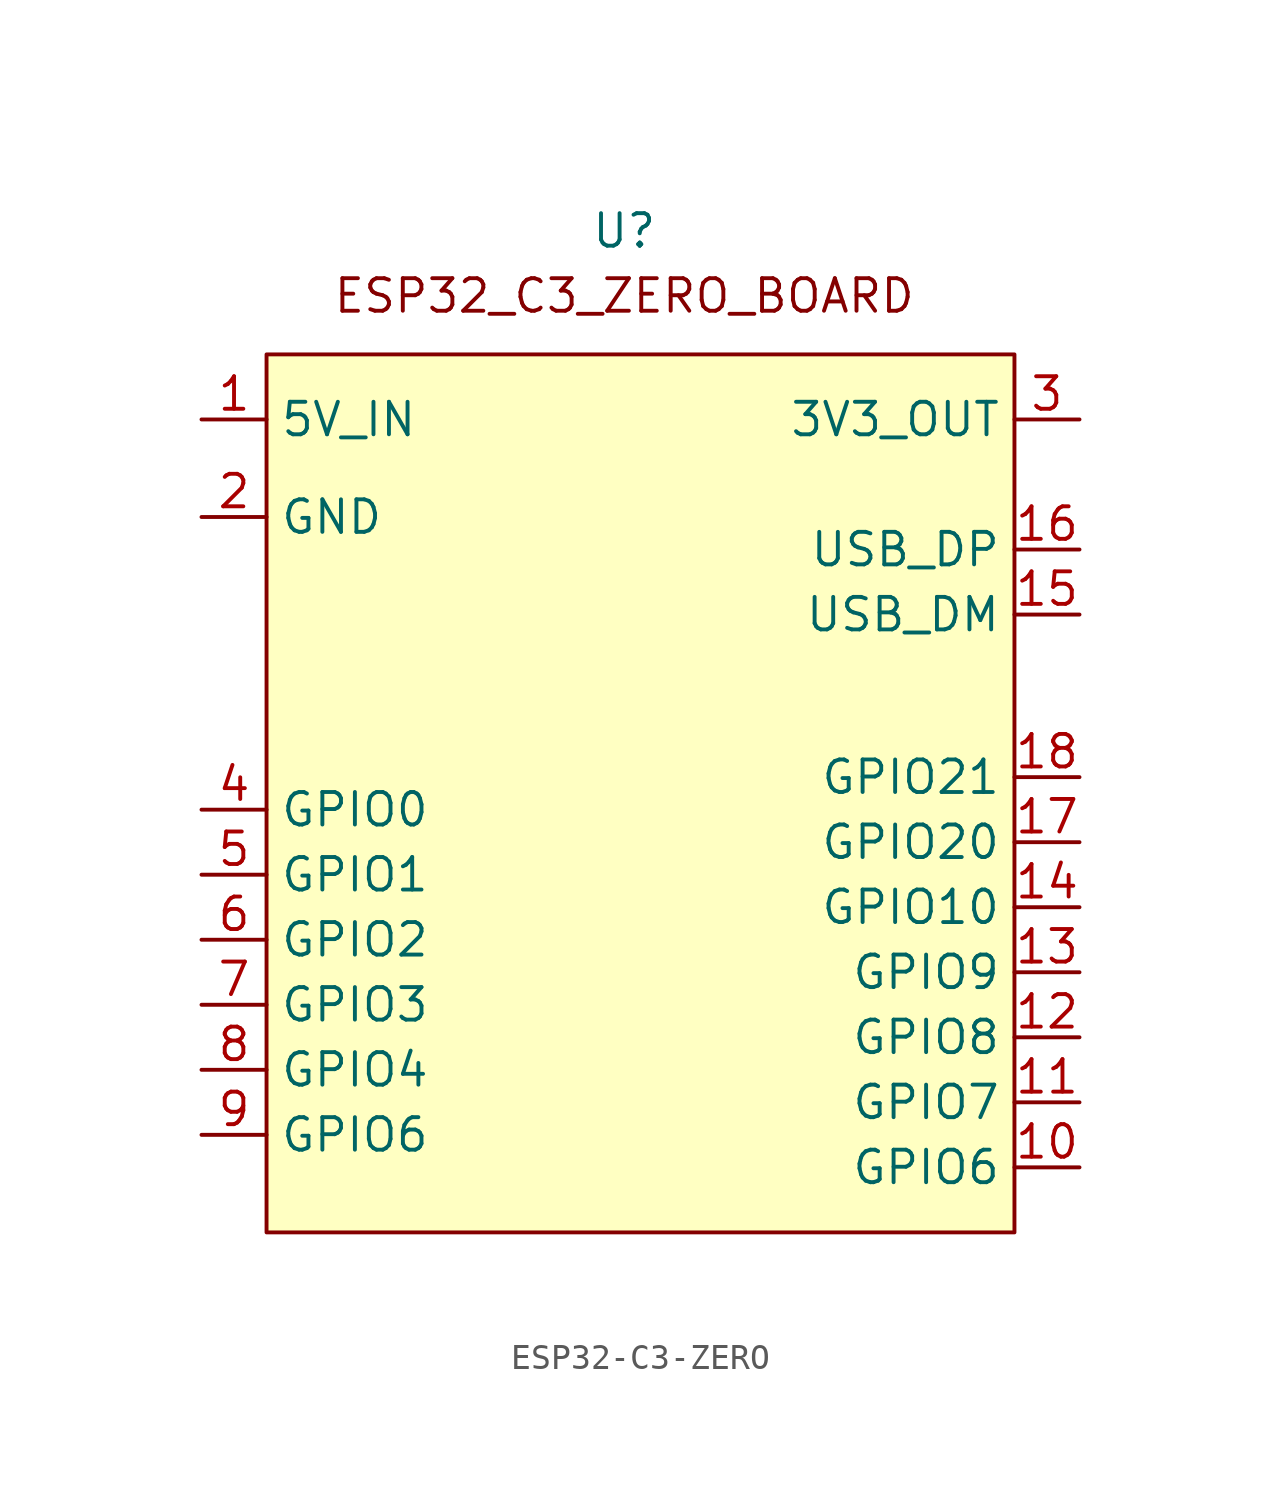
<source format=kicad_sym>
(kicad_symbol_lib
  (version 20231120)
  (generator "kicad_symbol_editor")
  (generator_version "8.0")
  (symbol "ESP32-C3-ZERO"
    (property "Reference" "U"
      (at 0 25.146 0)
      (effects (font (size 1.27 1.27))))
    (property "Value" ""
      (at -7.62 3.81 0)
      (effects (font (size 1.27 1.27))))
    (symbol "ESP32-C3-ZERO_0_1"
      (rectangle (start -13.97 20.32) (end 15.24 -13.97) (stroke (width 0) (type default)) (fill (type background))))
    (symbol "ESP32-C3-ZERO_1_1"
      (text "ESP32_C3_ZERO_BOARD" (at 0 22.606 0) (effects (font (size 1.27 1.27))))
      (pin power_in line (at -16.51 17.78 0) (length 2.54) (name "5V_IN" (effects (font (size 1.27 1.27)))) (number "1" (effects (font (size 1.27 1.27)))))
      (pin bidirectional line (at 17.78 -11.43 180) (length 2.54) (name "GPIO6" (effects (font (size 1.27 1.27)))) (number "10" (effects (font (size 1.27 1.27)))))
      (pin bidirectional line (at 17.78 -8.89 180) (length 2.54) (name "GPIO7" (effects (font (size 1.27 1.27)))) (number "11" (effects (font (size 1.27 1.27)))))
      (pin bidirectional line (at 17.78 -6.35 180) (length 2.54) (name "GPIO8" (effects (font (size 1.27 1.27)))) (number "12" (effects (font (size 1.27 1.27)))))
      (pin bidirectional line (at 17.78 -3.81 180) (length 2.54) (name "GPIO9" (effects (font (size 1.27 1.27)))) (number "13" (effects (font (size 1.27 1.27)))))
      (pin bidirectional line (at 17.78 -1.27 180) (length 2.54) (name "GPIO10" (effects (font (size 1.27 1.27)))) (number "14" (effects (font (size 1.27 1.27)))))
      (pin bidirectional line (at 17.78 10.16 180) (length 2.54) (name "USB_DM" (effects (font (size 1.27 1.27)))) (number "15" (effects (font (size 1.27 1.27)))))
      (pin bidirectional line (at 17.78 12.7 180) (length 2.54) (name "USB_DP" (effects (font (size 1.27 1.27)))) (number "16" (effects (font (size 1.27 1.27)))))
      (pin bidirectional line (at 17.78 1.27 180) (length 2.54) (name "GPIO20" (effects (font (size 1.27 1.27)))) (number "17" (effects (font (size 1.27 1.27)))))
      (pin bidirectional line (at 17.78 3.81 180) (length 2.54) (name "GPIO21" (effects (font (size 1.27 1.27)))) (number "18" (effects (font (size 1.27 1.27)))))
      (pin passive line (at -16.51 13.97 0) (length 2.54) (name "GND" (effects (font (size 1.27 1.27)))) (number "2" (effects (font (size 1.27 1.27)))))
      (pin power_out line (at 17.78 17.78 180) (length 2.54) (name "3V3_OUT" (effects (font (size 1.27 1.27)))) (number "3" (effects (font (size 1.27 1.27)))))
      (pin bidirectional line (at -16.51 2.54 0) (length 2.54) (name "GPIO0" (effects (font (size 1.27 1.27)))) (number "4" (effects (font (size 1.27 1.27)))))
      (pin bidirectional line (at -16.51 0 0) (length 2.54) (name "GPIO1" (effects (font (size 1.27 1.27)))) (number "5" (effects (font (size 1.27 1.27)))))
      (pin bidirectional line (at -16.51 -2.54 0) (length 2.54) (name "GPIO2" (effects (font (size 1.27 1.27)))) (number "6" (effects (font (size 1.27 1.27)))))
      (pin bidirectional line (at -16.51 -5.08 0) (length 2.54) (name "GPIO3" (effects (font (size 1.27 1.27)))) (number "7" (effects (font (size 1.27 1.27)))))
      (pin bidirectional line (at -16.51 -7.62 0) (length 2.54) (name "GPIO4" (effects (font (size 1.27 1.27)))) (number "8" (effects (font (size 1.27 1.27)))))
      (pin bidirectional line (at -16.51 -10.16 0) (length 2.54) (name "GPIO6" (effects (font (size 1.27 1.27)))) (number "9" (effects (font (size 1.27 1.27))))))))
</source>
